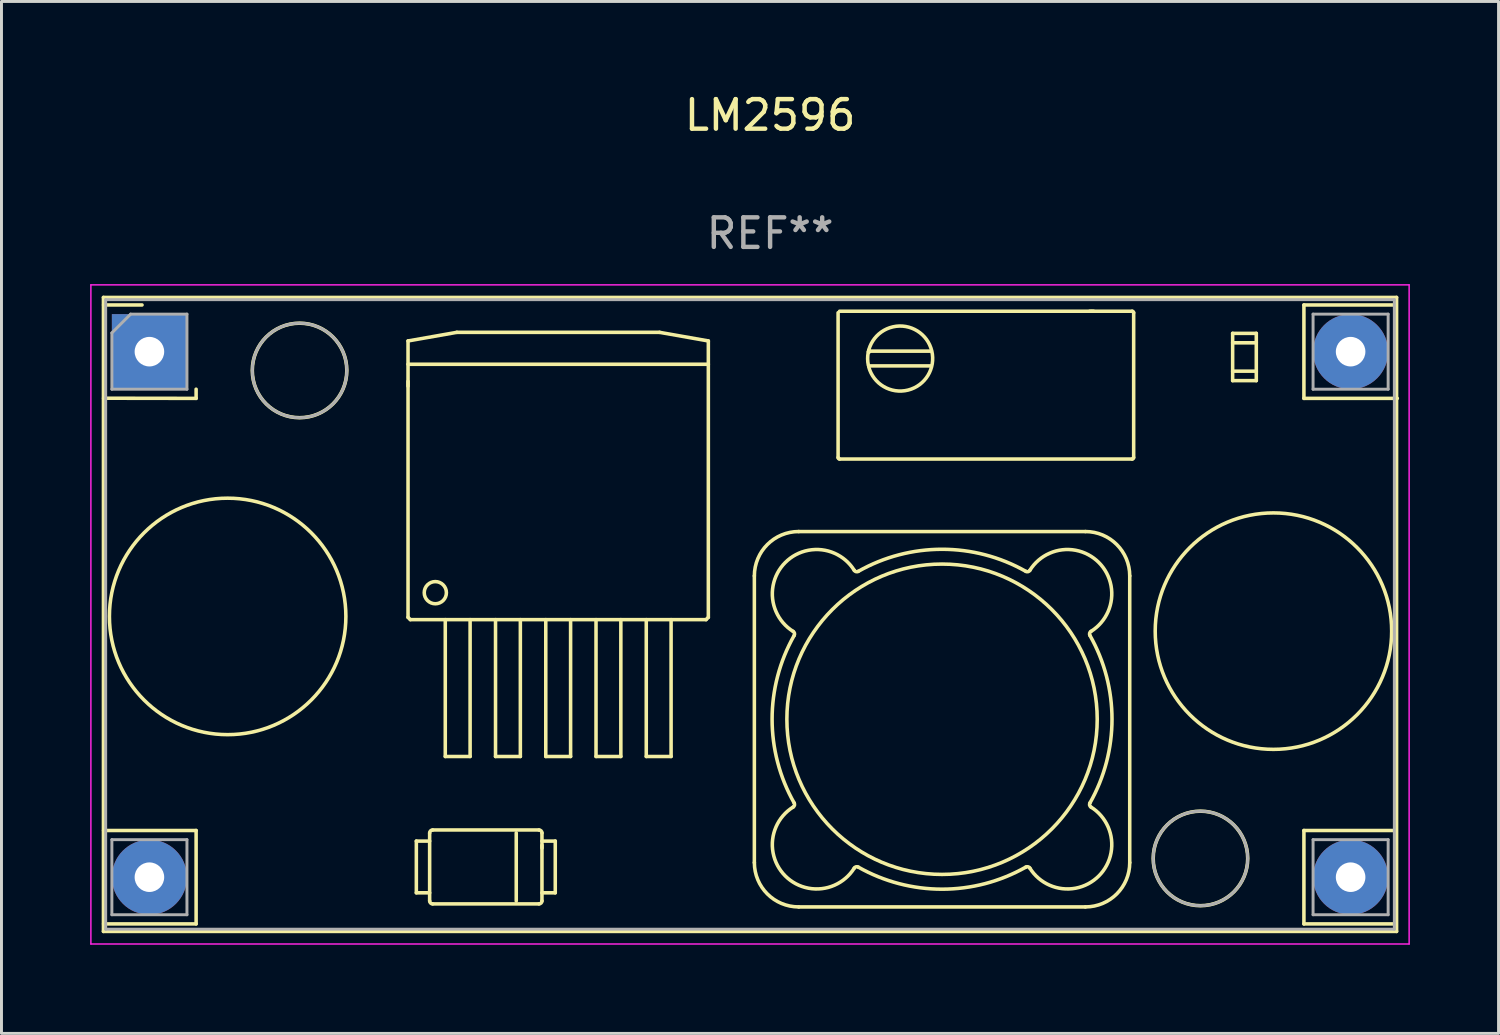
<source format=kicad_pcb>
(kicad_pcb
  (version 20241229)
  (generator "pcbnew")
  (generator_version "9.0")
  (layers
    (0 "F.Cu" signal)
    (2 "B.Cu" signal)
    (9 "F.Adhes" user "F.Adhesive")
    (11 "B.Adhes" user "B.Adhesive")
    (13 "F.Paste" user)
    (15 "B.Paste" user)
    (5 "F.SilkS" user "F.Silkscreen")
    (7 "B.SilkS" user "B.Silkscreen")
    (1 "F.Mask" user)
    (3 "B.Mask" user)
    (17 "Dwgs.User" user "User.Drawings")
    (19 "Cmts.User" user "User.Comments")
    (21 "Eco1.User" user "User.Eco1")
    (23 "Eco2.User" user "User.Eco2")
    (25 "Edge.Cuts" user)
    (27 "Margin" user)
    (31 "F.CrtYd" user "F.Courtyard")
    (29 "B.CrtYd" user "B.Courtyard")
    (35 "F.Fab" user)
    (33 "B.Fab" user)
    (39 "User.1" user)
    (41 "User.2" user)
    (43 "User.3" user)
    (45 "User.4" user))
  (footprint "LM2596"
    (layer "F.Cu")
    (at 23.83 18.374)
    (property "Reference" "LM2596" (at -0.825 -17.526 0) (layer "F.SilkS") (effects (font (size 1 1) (thickness 0.15))))
    (attr through_hole)
    (fp_line (start -23.38 -11.361) (end -23.38 10.089) (stroke (width 0.12) (type solid)) (layer "F.SilkS"))
    (fp_line (start -23.38 10.089) (end 20.37 10.089) (stroke (width 0.12) (type solid)) (layer "F.SilkS"))
    (fp_line (start -23.375 -11.106) (end -22.075 -11.106) (stroke (width 0.12) (type solid)) (layer "F.SilkS"))
    (fp_line (start -23.375 -7.951) (end -20.245 -7.946) (stroke (width 0.12) (type solid)) (layer "F.SilkS"))
    (fp_line (start -23.375 6.674) (end -20.245 6.674) (stroke (width 0.12) (type solid)) (layer "F.SilkS"))
    (fp_line (start -23.375 9.834) (end -20.245 9.834) (stroke (width 0.12) (type solid)) (layer "F.SilkS"))
    (fp_line (start -20.245 -8.256) (end -20.245 -7.946) (stroke (width 0.12) (type solid)) (layer "F.SilkS"))
    (fp_line (start -20.245 6.674) (end -20.245 9.834) (stroke (width 0.12) (type solid)) (layer "F.SilkS"))
    (fp_line (start -13.076 -8.522) (end -13.076 -8.361) (stroke (width 0.12) (type solid)) (layer "F.SilkS"))
    (fp_line (start -13.075 -9.889) (end -11.425 -10.18) (stroke (width 0.12) (type solid)) (layer "F.SilkS"))
    (fp_line (start -13.075 -0.537) (end -13.075 -9.889) (stroke (width 0.12) (type solid)) (layer "F.SilkS"))
    (fp_line (start -13.075 -0.537) (end -12.997 -0.46) (stroke (width 0.12) (type solid)) (layer "F.SilkS"))
    (fp_line (start -12.997 -0.46) (end -2.992 -0.46) (stroke (width 0.12) (type solid)) (layer "F.SilkS"))
    (fp_line (start -12.794 7.032) (end -12.344 7.032) (stroke (width 0.12) (type solid)) (layer "F.SilkS"))
    (fp_line (start -12.794 8.782) (end -12.794 7.032) (stroke (width 0.12) (type solid)) (layer "F.SilkS"))
    (fp_line (start -12.344 8.782) (end -12.794 8.782) (stroke (width 0.12) (type solid)) (layer "F.SilkS"))
    (fp_line (start -12.344 9.057) (end -12.344 6.757) (stroke (width 0.12) (type solid)) (layer "F.SilkS"))
    (fp_line (start -12.244 6.657) (end -8.644 6.657) (stroke (width 0.12) (type solid)) (layer "F.SilkS"))
    (fp_line (start -11.815 4.17) (end -11.815 -0.46) (stroke (width 0.12) (type solid)) (layer "F.SilkS"))
    (fp_line (start -11.815 4.17) (end -10.975 4.17) (stroke (width 0.12) (type solid)) (layer "F.SilkS"))
    (fp_line (start -11.425 -10.18) (end -4.565 -10.18) (stroke (width 0.12) (type solid)) (layer "F.SilkS"))
    (fp_line (start -10.975 4.17) (end -10.975 -0.46) (stroke (width 0.12) (type solid)) (layer "F.SilkS"))
    (fp_line (start -10.115 4.17) (end -10.115 -0.46) (stroke (width 0.12) (type solid)) (layer "F.SilkS"))
    (fp_line (start -10.115 4.17) (end -9.275 4.17) (stroke (width 0.12) (type solid)) (layer "F.SilkS"))
    (fp_line (start -9.414 6.757) (end -9.414 9.057) (stroke (width 0.12) (type solid)) (layer "F.SilkS"))
    (fp_line (start -9.275 4.17) (end -9.275 -0.46) (stroke (width 0.12) (type solid)) (layer "F.SilkS"))
    (fp_line (start -8.644 9.157) (end -12.244 9.157) (stroke (width 0.12) (type solid)) (layer "F.SilkS"))
    (fp_line (start -8.544 6.757) (end -8.544 9.057) (stroke (width 0.12) (type solid)) (layer "F.SilkS"))
    (fp_line (start -8.544 7.032) (end -8.094 7.032) (stroke (width 0.12) (type solid)) (layer "F.SilkS"))
    (fp_line (start -8.543 7.268) (end -8.543 7.174) (stroke (width 0.12) (type solid)) (layer "F.SilkS"))
    (fp_line (start -8.415 4.17) (end -8.415 -0.46) (stroke (width 0.12) (type solid)) (layer "F.SilkS"))
    (fp_line (start -8.415 4.17) (end -7.575 4.17) (stroke (width 0.12) (type solid)) (layer "F.SilkS"))
    (fp_line (start -8.094 7.032) (end -8.094 8.782) (stroke (width 0.12) (type solid)) (layer "F.SilkS"))
    (fp_line (start -8.094 8.782) (end -8.544 8.782) (stroke (width 0.12) (type solid)) (layer "F.SilkS"))
    (fp_line (start -7.575 4.17) (end -7.575 -0.46) (stroke (width 0.12) (type solid)) (layer "F.SilkS"))
    (fp_line (start -6.715 4.17) (end -6.715 -0.46) (stroke (width 0.12) (type solid)) (layer "F.SilkS"))
    (fp_line (start -6.715 4.17) (end -5.875 4.17) (stroke (width 0.12) (type solid)) (layer "F.SilkS"))
    (fp_line (start -5.875 4.17) (end -5.875 -0.46) (stroke (width 0.12) (type solid)) (layer "F.SilkS"))
    (fp_line (start -5.015 4.17) (end -5.015 -0.46) (stroke (width 0.12) (type solid)) (layer "F.SilkS"))
    (fp_line (start -5.015 4.17) (end -4.175 4.17) (stroke (width 0.12) (type solid)) (layer "F.SilkS"))
    (fp_line (start -4.565 -10.18) (end -2.915 -9.889) (stroke (width 0.12) (type solid)) (layer "F.SilkS"))
    (fp_line (start -4.175 4.17) (end -4.175 -0.46) (stroke (width 0.12) (type solid)) (layer "F.SilkS"))
    (fp_line (start -2.992 -0.46) (end -2.915 -0.537) (stroke (width 0.12) (type solid)) (layer "F.SilkS"))
    (fp_line (start -2.915 -9.1) (end -13.075 -9.1) (stroke (width 0.12) (type solid)) (layer "F.SilkS"))
    (fp_line (start -2.915 -0.537) (end -2.915 -9.889) (stroke (width 0.12) (type solid)) (layer "F.SilkS"))
    (fp_line (start -1.358 -1.94) (end -1.358 7.76) (stroke (width 0.12) (type solid)) (layer "F.SilkS"))
    (fp_line (start 0.142 9.26) (end 9.842 9.26) (stroke (width 0.12) (type solid)) (layer "F.SilkS"))
    (fp_line (start 1.475 -5.944) (end 1.475 -10.844) (stroke (width 0.12) (type solid)) (layer "F.SilkS"))
    (fp_line (start 1.525 -10.894) (end 11.425 -10.894) (stroke (width 0.12) (type solid)) (layer "F.SilkS"))
    (fp_line (start 2.511 -9.575) (end 2.535 -9.544) (stroke (width 0.12) (type solid)) (layer "F.SilkS"))
    (fp_line (start 2.523 -9.519) (end 2.499 -9.524) (stroke (width 0.12) (type solid)) (layer "F.SilkS"))
    (fp_line (start 2.523 -9.519) (end 2.531 -9.55) (stroke (width 0.12) (type solid)) (layer "F.SilkS"))
    (fp_line (start 2.523 -9.519) (end 2.535 -9.544) (stroke (width 0.12) (type solid)) (layer "F.SilkS"))
    (fp_line (start 2.535 -9.044) (end 4.614 -9.044) (stroke (width 0.12) (type solid)) (layer "F.SilkS"))
    (fp_line (start 4.614 -9.544) (end 2.535 -9.544) (stroke (width 0.12) (type solid)) (layer "F.SilkS"))
    (fp_line (start 9.842 -3.44) (end 0.142 -3.44) (stroke (width 0.12) (type solid)) (layer "F.SilkS"))
    (fp_line (start 10.034 -10.895) (end 9.989 -10.895) (stroke (width 0.12) (type solid)) (layer "F.SilkS"))
    (fp_line (start 10.117 -10.895) (end 10.083 -10.895) (stroke (width 0.12) (type solid)) (layer "F.SilkS"))
    (fp_line (start 11.342 7.76) (end 11.342 -1.94) (stroke (width 0.12) (type solid)) (layer "F.SilkS"))
    (fp_line (start 11.425 -5.894) (end 1.525 -5.894) (stroke (width 0.12) (type solid)) (layer "F.SilkS"))
    (fp_line (start 11.475 -10.844) (end 11.475 -5.944) (stroke (width 0.12) (type solid)) (layer "F.SilkS"))
    (fp_line (start 14.824 -9.826) (end 15.624 -9.826) (stroke (width 0.12) (type solid)) (layer "F.SilkS"))
    (fp_line (start 14.824 -8.546) (end 14.824 -10.146) (stroke (width 0.12) (type solid)) (layer "F.SilkS"))
    (fp_line (start 15.624 -10.146) (end 14.824 -10.146) (stroke (width 0.12) (type solid)) (layer "F.SilkS"))
    (fp_line (start 15.624 -10.146) (end 15.624 -8.546) (stroke (width 0.12) (type solid)) (layer "F.SilkS"))
    (fp_line (start 15.624 -8.866) (end 14.824 -8.866) (stroke (width 0.12) (type solid)) (layer "F.SilkS"))
    (fp_line (start 15.624 -8.546) (end 14.824 -8.546) (stroke (width 0.12) (type solid)) (layer "F.SilkS"))
    (fp_line (start 17.235 -11.106) (end 20.35 -11.106) (stroke (width 0.12) (type solid)) (layer "F.SilkS"))
    (fp_line (start 17.235 -7.946) (end 17.235 -11.106) (stroke (width 0.12) (type solid)) (layer "F.SilkS"))
    (fp_line (start 17.235 -7.946) (end 20.395 -7.946) (stroke (width 0.12) (type solid)) (layer "F.SilkS"))
    (fp_line (start 17.235 6.674) (end 20.35 6.674) (stroke (width 0.12) (type solid)) (layer "F.SilkS"))
    (fp_line (start 17.235 9.834) (end 17.235 6.674) (stroke (width 0.12) (type solid)) (layer "F.SilkS"))
    (fp_line (start 17.235 9.834) (end 20.35 9.834) (stroke (width 0.12) (type solid)) (layer "F.SilkS"))
    (fp_line (start 20.37 -11.361) (end -23.38 -11.361) (stroke (width 0.12) (type solid)) (layer "F.SilkS"))
    (fp_line (start 20.37 10.089) (end 20.37 -11.361) (stroke (width 0.12) (type solid)) (layer "F.SilkS"))
    (fp_arc (start -12.343509 6.756972) (mid -12.31422 6.686261) (end -12.243509 6.656972) (stroke (width 0.12) (type solid)) (layer "F.SilkS"))
    (fp_arc (start -12.243509 9.156972) (mid -12.31422 9.127683) (end -12.343509 9.056972) (stroke (width 0.12) (type solid)) (layer "F.SilkS"))
    (fp_arc (start -8.643509 6.656972) (mid -8.572798 6.686261) (end -8.543509 6.756972) (stroke (width 0.12) (type solid)) (layer "F.SilkS"))
    (fp_arc (start -8.543509 9.056972) (mid -8.572798 9.127683) (end -8.643509 9.156972) (stroke (width 0.12) (type solid)) (layer "F.SilkS"))
    (fp_arc (start -1.357748 -1.940449) (mid -0.918408 -3.001109) (end 0.142252 -3.440449) (stroke (width 0.12) (type solid)) (layer "F.SilkS"))
    (fp_arc (start -0.044014 -0.060235) (mid 0 0) (end -0.009927 0.073938) (stroke (width 0.12) (type solid)) (layer "F.SilkS"))
    (fp_arc (start -0.044013 -0.060234) (mid -0.311049 -2.393749) (end 2.022466 -2.126714) (stroke (width 0.12) (type solid)) (layer "F.SilkS"))
    (fp_arc (start -0.009928 5.745164) (mid 0 5.819102) (end -0.044013 5.879337) (stroke (width 0.12) (type solid)) (layer "F.SilkS"))
    (fp_arc (start -0.009927 5.745165) (mid -0.757748 2.909552) (end -0.009927 0.073938) (stroke (width 0.12) (type solid)) (layer "F.SilkS"))
    (fp_arc (start 0.142252 9.259551) (mid -0.918408 8.820211) (end -1.357748 7.759551) (stroke (width 0.12) (type solid)) (layer "F.SilkS"))
    (fp_arc (start 1.524638 -5.893951) (mid 1.489283 -5.908596) (end 1.474638 -5.943951) (stroke (width 0.12) (type solid)) (layer "F.SilkS"))
    (fp_arc (start 2.022466 7.945817) (mid -0.311049 8.212853) (end -0.044013 5.879337) (stroke (width 0.12) (type solid)) (layer "F.SilkS"))
    (fp_arc (start 2.022466 7.945817) (mid 2.0827 7.901804) (end 2.156638 7.911731) (stroke (width 0.12) (type solid)) (layer "F.SilkS"))
    (fp_arc (start 2.156638 -2.092628) (mid 2.0827 -2.082701) (end 2.022466 -2.126714) (stroke (width 0.12) (type solid)) (layer "F.SilkS"))
    (fp_arc (start 2.156639 -2.092628) (mid 4.992253 -2.840449) (end 7.827866 -2.092628) (stroke (width 0.12) (type solid)) (layer "F.SilkS"))
    (fp_arc (start 2.499003 -9.063718) (mid 4.644464 -9.549819) (end 2.51124 -9.012555) (stroke (width 0.12) (type solid)) (layer "F.SilkS"))
    (fp_arc (start 7.827866 7.911731) (mid 4.992252 8.659552) (end 2.156638 7.911731) (stroke (width 0.12) (type solid)) (layer "F.SilkS"))
    (fp_arc (start 7.827866 7.911731) (mid 7.901804 7.901804) (end 7.962038 7.945817) (stroke (width 0.12) (type solid)) (layer "F.SilkS"))
    (fp_arc (start 7.962038 -2.126714) (mid 7.901804 -2.082701) (end 7.827866 -2.092628) (stroke (width 0.12) (type solid)) (layer "F.SilkS"))
    (fp_arc (start 7.962038 -2.126714) (mid 10.295553 -2.39375) (end 10.028517 -0.060234) (stroke (width 0.12) (type solid)) (layer "F.SilkS"))
    (fp_arc (start 9.842252 -3.440449) (mid 10.902912 -3.001109) (end 11.342252 -1.940449) (stroke (width 0.12) (type solid)) (layer "F.SilkS"))
    (fp_arc (start 9.994431 0.073938) (mid 10.742252 2.909552) (end 9.994431 5.745165) (stroke (width 0.12) (type solid)) (layer "F.SilkS"))
    (fp_arc (start 9.994432 0.073939) (mid 9.984504 0.000001) (end 10.028517 -0.060234) (stroke (width 0.12) (type solid)) (layer "F.SilkS"))
    (fp_arc (start 10.028517 5.879337) (mid 10.295553 8.212852) (end 7.962038 7.945817) (stroke (width 0.12) (type solid)) (layer "F.SilkS"))
    (fp_arc (start 10.028518 5.879338) (mid 9.984504 5.819103) (end 9.994431 5.745165) (stroke (width 0.12) (type solid)) (layer "F.SilkS"))
    (fp_arc (start 11.342252 7.759551) (mid 10.902912 8.820211) (end 9.842252 9.259551) (stroke (width 0.12) (type solid)) (layer "F.SilkS"))
    (fp_arc (start 11.424638 -10.89395) (mid 11.459993 -10.879305) (end 11.474638 -10.84395) (stroke (width 0.12) (type solid)) (layer "F.SilkS"))
    (fp_arc (start 11.474638 -5.943951) (mid 11.459993 -5.908596) (end 11.424638 -5.893951) (stroke (width 0.12) (type solid)) (layer "F.SilkS"))
    (fp_circle (center -19.178 -0.569) (end -15.178 -0.569) (stroke (width 0.12) (type solid)) (fill no) (layer "F.SilkS"))
    (fp_circle (center -16.745 -8.891) (end -15.146 -8.891) (stroke (width 0.12) (type solid)) (fill no) (layer "F.SilkS"))
    (fp_circle (center -12.152 -1.372) (end -11.777 -1.372) (stroke (width 0.12) (type solid)) (fill no) (layer "F.SilkS"))
    (fp_circle (center 4.992 2.91) (end 10.242 2.91) (stroke (width 0.12) (type solid)) (fill no) (layer "F.SilkS"))
    (fp_circle (center 13.735 7.619) (end 15.334 7.619) (stroke (width 0.12) (type solid)) (fill no) (layer "F.SilkS"))
    (fp_circle (center 16.204 -0.071) (end 20.204 -0.071) (stroke (width 0.12) (type solid)) (fill no) (layer "F.SilkS"))
    (fp_line (start -23.805 -11.786) (end 20.795 -11.786) (stroke (width 0.05) (type solid)) (layer "F.CrtYd"))
    (fp_line (start -23.805 10.514) (end -23.805 -11.786) (stroke (width 0.05) (type solid)) (layer "F.CrtYd"))
    (fp_line (start 20.795 -11.786) (end 20.795 10.514) (stroke (width 0.05) (type solid)) (layer "F.CrtYd"))
    (fp_line (start 20.795 10.514) (end -23.805 10.514) (stroke (width 0.05) (type solid)) (layer "F.CrtYd"))
    (fp_line (start -23.305 -11.286) (end -23.305 10.014) (stroke (width 0.1) (type solid)) (layer "F.Fab"))
    (fp_line (start -23.305 10.014) (end 20.295 10.014) (stroke (width 0.1) (type solid)) (layer "F.Fab"))
    (fp_line (start -23.095 -10.161) (end -22.46 -10.796) (stroke (width 0.1) (type solid)) (layer "F.Fab"))
    (fp_line (start -23.095 -8.256) (end -23.095 -10.161) (stroke (width 0.1) (type solid)) (layer "F.Fab"))
    (fp_line (start -23.095 6.984) (end -20.555 6.984) (stroke (width 0.1) (type solid)) (layer "F.Fab"))
    (fp_line (start -23.095 9.524) (end -23.095 6.984) (stroke (width 0.1) (type solid)) (layer "F.Fab"))
    (fp_line (start -22.46 -10.796) (end -20.555 -10.796) (stroke (width 0.1) (type solid)) (layer "F.Fab"))
    (fp_line (start -20.555 -10.796) (end -20.555 -8.256) (stroke (width 0.1) (type solid)) (layer "F.Fab"))
    (fp_line (start -20.555 -8.256) (end -23.095 -8.256) (stroke (width 0.1) (type solid)) (layer "F.Fab"))
    (fp_line (start -20.555 6.984) (end -20.555 9.524) (stroke (width 0.1) (type solid)) (layer "F.Fab"))
    (fp_line (start -20.555 9.524) (end -23.095 9.524) (stroke (width 0.1) (type solid)) (layer "F.Fab"))
    (fp_line (start 17.545 -10.796) (end 20.085 -10.796) (stroke (width 0.1) (type solid)) (layer "F.Fab"))
    (fp_line (start 17.545 -8.256) (end 17.545 -10.796) (stroke (width 0.1) (type solid)) (layer "F.Fab"))
    (fp_line (start 17.545 6.984) (end 20.085 6.984) (stroke (width 0.1) (type solid)) (layer "F.Fab"))
    (fp_line (start 17.545 9.524) (end 17.545 6.984) (stroke (width 0.1) (type solid)) (layer "F.Fab"))
    (fp_line (start 20.085 -10.796) (end 20.085 -8.256) (stroke (width 0.1) (type solid)) (layer "F.Fab"))
    (fp_line (start 20.085 -8.256) (end 17.545 -8.256) (stroke (width 0.1) (type solid)) (layer "F.Fab"))
    (fp_line (start 20.085 6.984) (end 20.085 9.524) (stroke (width 0.1) (type solid)) (layer "F.Fab"))
    (fp_line (start 20.085 9.524) (end 17.545 9.524) (stroke (width 0.1) (type solid)) (layer "F.Fab"))
    (fp_line (start 20.295 -11.286) (end -23.305 -11.286) (stroke (width 0.1) (type solid)) (layer "F.Fab"))
    (fp_line (start 20.295 10.014) (end 20.295 -11.286) (stroke (width 0.1) (type solid)) (layer "F.Fab"))
    (fp_circle (center -16.745 -8.891) (end -15.146 -8.891) (stroke (width 0.1) (type solid)) (fill no) (layer "F.Fab"))
    (fp_circle (center 13.735 7.619) (end 15.334 7.619) (stroke (width 0.1) (type solid)) (fill no) (layer "F.Fab"))
    (fp_text user "REF**" (at -0.825 -13.526 0) (layer "F.Fab") (effects (font (size 1 1) (thickness 0.15))))
    (pad "1" thru_hole rect (at -21.825 -9.526) (size 2.54 2.54) (drill 1) (layers "*.Cu" "*.Mask"))
    (pad "2" thru_hole circle (at -21.825 8.254) (size 2.54 2.54) (drill 1) (layers "*.Cu" "*.Mask"))
    (pad "3" thru_hole circle (at 18.815 8.254) (size 2.54 2.54) (drill 1) (layers "*.Cu" "*.Mask"))
    (pad "4" thru_hole circle (at 18.815 -9.526) (size 2.54 2.54) (drill 1) (layers "*.Cu" "*.Mask")))
  (gr_rect
    (start -3 -3)
    (end 47.65 31.913)
    (stroke (width 0.1) (type default))
    (fill no)
    (layer "Edge.Cuts")))
</source>
